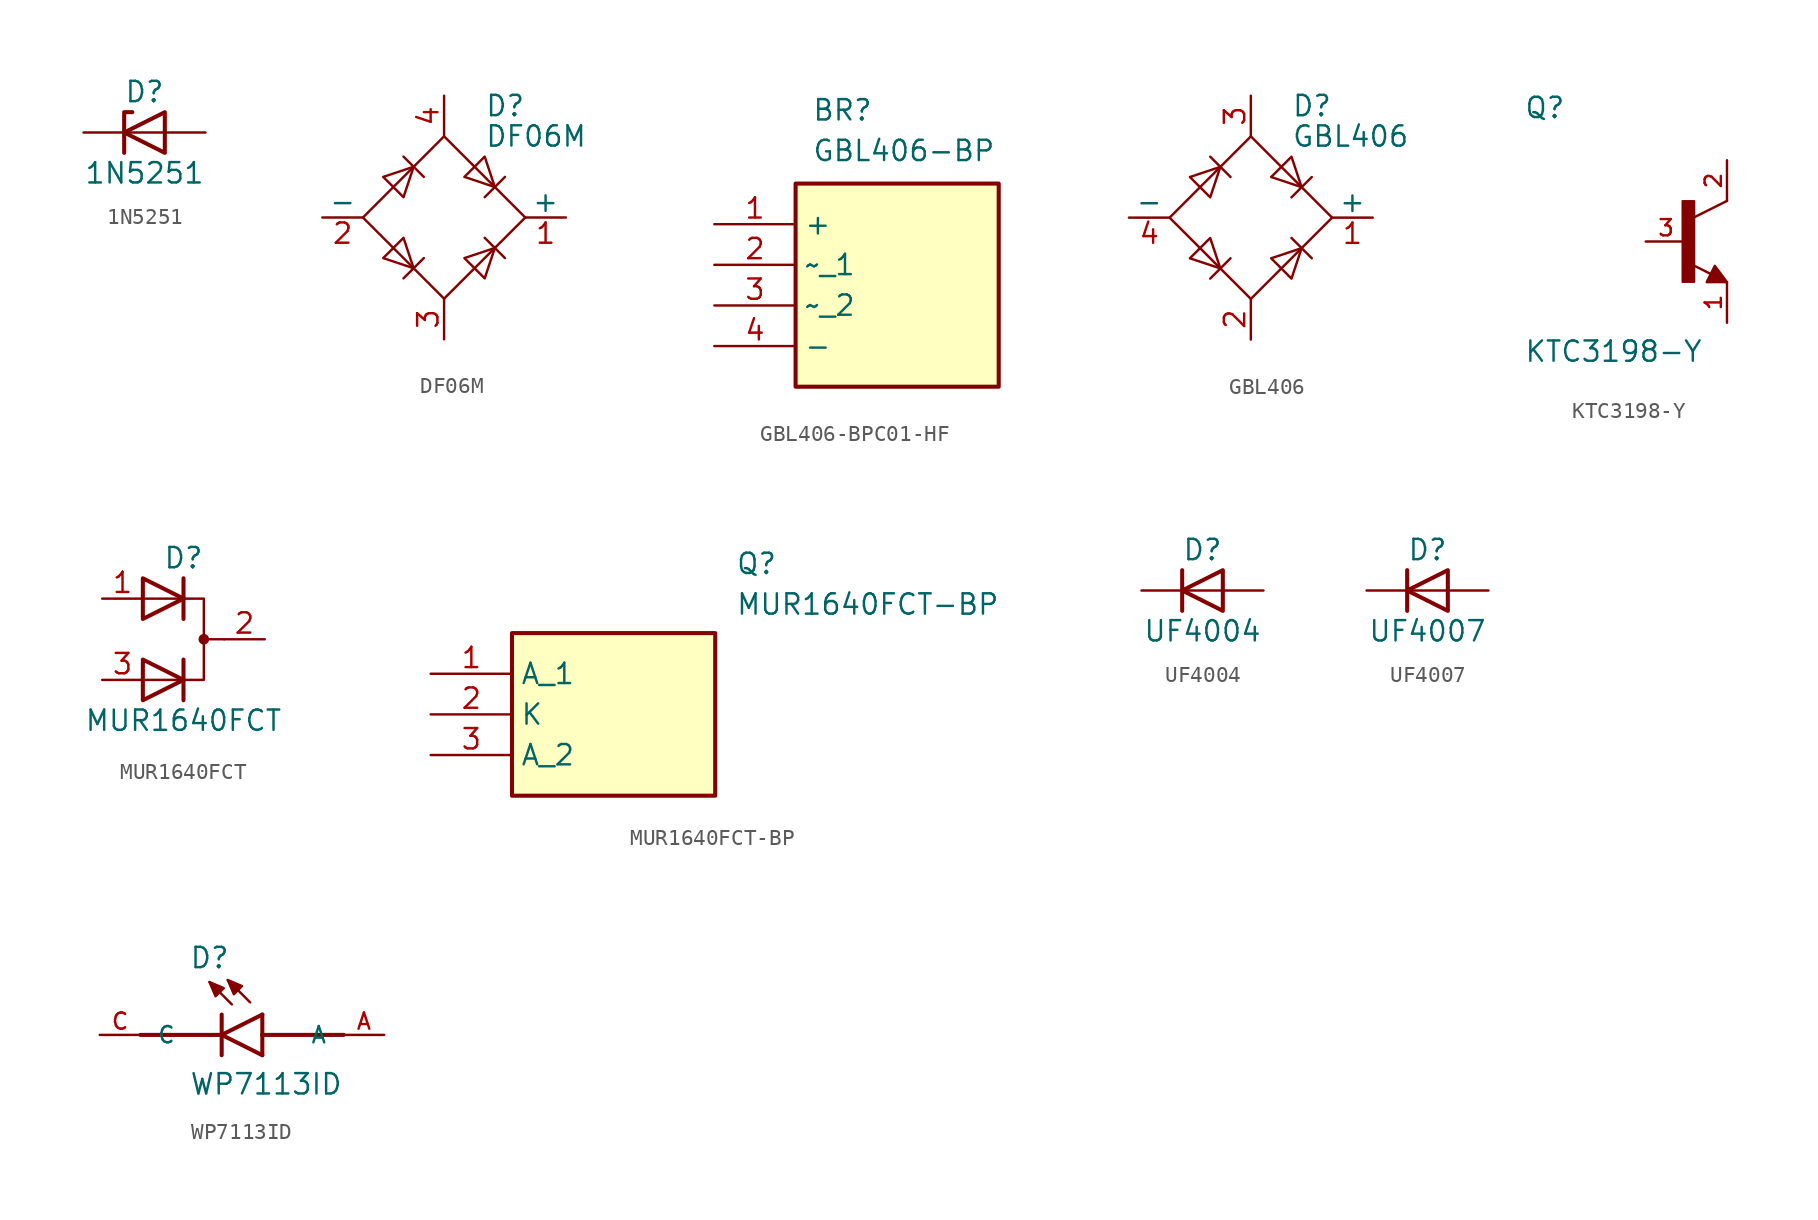
<source format=kicad_sym>
(kicad_symbol_lib
  (version 20241209)
  (generator "kicad_symbol_editor")
  (generator_version "9.0")
  (symbol "1N5251"
    (pin_numbers
      (hide yes))
    (pin_names
      (hide yes))
    (property "Reference" "D"
      (at 0 2.54 0)
      (effects (font (size 1.27 1.27))))
    (property "Value" "1N5251"
      (at 0 -2.54 0)
      (effects (font (size 1.27 1.27))))
    (symbol "1N5251_0_1"
      (polyline (pts (xy -1.27 -1.27) (xy -1.27 1.27) (xy -0.762 1.27)) (stroke (width 0.254) (type default)) (fill (type none)))
      (polyline (pts (xy 1.27 0) (xy -1.27 0)) (stroke (width 0) (type default)) (fill (type none)))
      (polyline (pts (xy 1.27 -1.27) (xy 1.27 1.27) (xy -1.27 0) (xy 1.27 -1.27)) (stroke (width 0.254) (type default)) (fill (type none))))
    (symbol "1N5251_1_1"
      (pin passive line (at -3.81 0 0) (length 2.54) (name "K" (effects (font (size 1.27 1.27)))) (number "1" (effects (font (size 1.27 1.27)))))
      (pin passive line (at 3.81 0 180) (length 2.54) (name "A" (effects (font (size 1.27 1.27)))) (number "2" (effects (font (size 1.27 1.27)))))))
  (symbol "DF06M"
    (pin_names
      (offset 0))
    (property "Reference" "D"
      (at 2.54 6.985 0)
      (effects (font (size 1.27 1.27)) (justify left)))
    (property "Value" "DF06M"
      (at 2.54 5.08 0)
      (effects (font (size 1.27 1.27)) (justify left)))
    (symbol "DF06M_0_1"
      (polyline (pts (xy -5.08 0) (xy 0 -5.08) (xy 5.08 0) (xy 0 5.08) (xy -5.08 0)) (stroke (width 0) (type default)) (fill (type none)))
      (polyline (pts (xy -3.81 2.54) (xy -2.54 1.27) (xy -1.905 3.175) (xy -3.81 2.54)) (stroke (width 0) (type default)) (fill (type none)))
      (polyline (pts (xy -2.54 3.81) (xy -1.27 2.54)) (stroke (width 0) (type default)) (fill (type none)))
      (polyline (pts (xy -2.54 -1.27) (xy -3.81 -2.54) (xy -1.905 -3.175) (xy -2.54 -1.27)) (stroke (width 0) (type default)) (fill (type none)))
      (polyline (pts (xy -1.27 -2.54) (xy -2.54 -3.81)) (stroke (width 0) (type default)) (fill (type none)))
      (polyline (pts (xy 1.27 2.54) (xy 2.54 3.81) (xy 3.175 1.905) (xy 1.27 2.54)) (stroke (width 0) (type default)) (fill (type none)))
      (polyline (pts (xy 2.54 1.27) (xy 3.81 2.54)) (stroke (width 0) (type default)) (fill (type none)))
      (polyline (pts (xy 2.54 -1.27) (xy 3.81 -2.54)) (stroke (width 0) (type default)) (fill (type none)))
      (polyline (pts (xy 3.175 -1.905) (xy 1.27 -2.54) (xy 2.54 -3.81) (xy 3.175 -1.905)) (stroke (width 0) (type default)) (fill (type none))))
    (symbol "DF06M_1_1"
      (pin passive line (at -7.62 0 0) (length 2.54) (name "-" (effects (font (size 1.27 1.27)))) (number "2" (effects (font (size 1.27 1.27)))))
      (pin passive line (at 0 7.62 270) (length 2.54) (name "~" (effects (font (size 1.27 1.27)))) (number "4" (effects (font (size 1.27 1.27)))))
      (pin passive line (at 0 -7.62 90) (length 2.54) (name "~" (effects (font (size 1.27 1.27)))) (number "3" (effects (font (size 1.27 1.27)))))
      (pin passive line (at 7.62 0 180) (length 2.54) (name "+" (effects (font (size 1.27 1.27)))) (number "1" (effects (font (size 1.27 1.27)))))))
  (symbol "GBL406-BPC01-HF"
    (property "Reference" "BR"
      (at 6.096 7.874 0)
      (effects (font (size 1.27 1.27)) (justify left top)))
    (property "Value" "GBL406-BP"
      (at 6.096 5.334 0)
      (effects (font (size 1.27 1.27)) (justify left top)))
    (symbol "GBL406-BPC01-HF_1_1"
      (rectangle (start 5.08 2.54) (end 17.78 -10.16) (stroke (width 0.254) (type default)) (fill (type background)))
      (pin passive line (at 0 0 0) (length 5.08) (name "+" (effects (font (size 1.27 1.27)))) (number "1" (effects (font (size 1.27 1.27)))))
      (pin passive line (at 0 -2.54 0) (length 5.08) (name "~_1" (effects (font (size 1.27 1.27)))) (number "2" (effects (font (size 1.27 1.27)))))
      (pin passive line (at 0 -5.08 0) (length 5.08) (name "~_2" (effects (font (size 1.27 1.27)))) (number "3" (effects (font (size 1.27 1.27)))))
      (pin passive line (at 0 -7.62 0) (length 5.08) (name "-" (effects (font (size 1.27 1.27)))) (number "4" (effects (font (size 1.27 1.27)))))))
  (symbol "GBL406"
    (pin_names
      (offset 0))
    (property "Reference" "D"
      (at 2.54 6.985 0)
      (effects (font (size 1.27 1.27)) (justify left)))
    (property "Value" "GBL406"
      (at 2.54 5.08 0)
      (effects (font (size 1.27 1.27)) (justify left)))
    (symbol "GBL406_0_1"
      (polyline (pts (xy -5.08 0) (xy 0 -5.08) (xy 5.08 0) (xy 0 5.08) (xy -5.08 0)) (stroke (width 0) (type default)) (fill (type none)))
      (polyline (pts (xy -3.81 2.54) (xy -2.54 1.27) (xy -1.905 3.175) (xy -3.81 2.54)) (stroke (width 0) (type default)) (fill (type none)))
      (polyline (pts (xy -2.54 3.81) (xy -1.27 2.54)) (stroke (width 0) (type default)) (fill (type none)))
      (polyline (pts (xy -2.54 -1.27) (xy -3.81 -2.54) (xy -1.905 -3.175) (xy -2.54 -1.27)) (stroke (width 0) (type default)) (fill (type none)))
      (polyline (pts (xy -1.27 -2.54) (xy -2.54 -3.81)) (stroke (width 0) (type default)) (fill (type none)))
      (polyline (pts (xy 1.27 2.54) (xy 2.54 3.81) (xy 3.175 1.905) (xy 1.27 2.54)) (stroke (width 0) (type default)) (fill (type none)))
      (polyline (pts (xy 2.54 1.27) (xy 3.81 2.54)) (stroke (width 0) (type default)) (fill (type none)))
      (polyline (pts (xy 2.54 -1.27) (xy 3.81 -2.54)) (stroke (width 0) (type default)) (fill (type none)))
      (polyline (pts (xy 3.175 -1.905) (xy 1.27 -2.54) (xy 2.54 -3.81) (xy 3.175 -1.905)) (stroke (width 0) (type default)) (fill (type none))))
    (symbol "GBL406_1_1"
      (pin passive line (at -7.62 0 0) (length 2.54) (name "-" (effects (font (size 1.27 1.27)))) (number "4" (effects (font (size 1.27 1.27)))))
      (pin passive line (at 0 7.62 270) (length 2.54) (name "~" (effects (font (size 1.27 1.27)))) (number "3" (effects (font (size 1.27 1.27)))))
      (pin passive line (at 0 -7.62 90) (length 2.54) (name "~" (effects (font (size 1.27 1.27)))) (number "2" (effects (font (size 1.27 1.27)))))
      (pin passive line (at 7.62 0 180) (length 2.54) (name "+" (effects (font (size 1.27 1.27)))) (number "1" (effects (font (size 1.27 1.27)))))))
  (symbol "KTC3198-Y"
    (pin_names
      (offset 1.016))
    (property "Reference" "Q"
      (at -10.16 7.62 0)
      (effects (font (size 1.27 1.27)) (justify left bottom)))
    (property "Value" "KTC3198-Y"
      (at -10.16 -7.62 0)
      (effects (font (size 1.27 1.27)) (justify left bottom)))
    (symbol "KTC3198-Y_0_0"
      (rectangle (start -0.254 -2.54) (end 0.508 2.54) (stroke (width 0.1) (type default)) (fill (type outline)))
      (polyline (pts (xy 1.27 -2.54) (xy 1.778 -1.524) (xy 2.54 -2.54) (xy 1.27 -2.54)) (stroke (width 0.152) (type default)) (fill (type outline)))
      (polyline (pts (xy 1.54 -2.04) (xy 0.308 -1.424)) (stroke (width 0.152) (type default)) (fill (type none)))
      (polyline (pts (xy 2.54 2.54) (xy 0.508 1.524)) (stroke (width 0.152) (type default)) (fill (type none)))
      (pin passive line (at -2.54 0 0) (length 2.54) (name "~" (effects (font (size 1.016 1.016)))) (number "3" (effects (font (size 1.016 1.016)))))
      (pin passive line (at 2.54 5.08 270) (length 2.54) (name "~" (effects (font (size 1.016 1.016)))) (number "2" (effects (font (size 1.016 1.016)))))
      (pin passive line (at 2.54 -5.08 90) (length 2.54) (name "~" (effects (font (size 1.016 1.016)))) (number "1" (effects (font (size 1.016 1.016)))))))
  (symbol "MUR1640FCT"
    (pin_names
      (offset 0.762)
      (hide yes))
    (property "Reference" "D"
      (at 0 5.08 0)
      (effects (font (size 1.27 1.27))))
    (property "Value" "MUR1640FCT"
      (at 0 -5.08 0)
      (effects (font (size 1.27 1.27))))
    (symbol "MUR1640FCT_0_0"
      (polyline (pts (xy 0 3.81) (xy 0 1.27)) (stroke (width 0.254) (type default)) (fill (type none)))
      (polyline (pts (xy 0 -1.27) (xy 0 -3.81)) (stroke (width 0.254) (type default)) (fill (type none))))
    (symbol "MUR1640FCT_0_1"
      (polyline (pts (xy -2.54 3.81) (xy 0 2.54) (xy -2.54 1.27) (xy -2.54 3.81) (xy -2.54 3.81) (xy -2.54 3.81)) (stroke (width 0.254) (type default)) (fill (type none)))
      (polyline (pts (xy -2.54 -1.27) (xy 0 -2.54) (xy -2.54 -3.81) (xy -2.54 -1.27) (xy -2.54 -1.27) (xy -2.54 -1.27)) (stroke (width 0.254) (type default)) (fill (type none)))
      (polyline (pts (xy -2.54 -2.54) (xy 1.27 -2.54) (xy 1.27 2.54) (xy -2.54 2.54)) (stroke (width 0) (type default)) (fill (type none)))
      (polyline (pts (xy 1.27 0) (xy 2.54 0)) (stroke (width 0) (type default)) (fill (type none)))
      (circle (center 1.27 0) (radius 0.254) (stroke (width 0) (type default)) (fill (type outline)))
      (pin passive line (at -5.08 2.54 0) (length 2.54) (name "A" (effects (font (size 1.27 1.27)))) (number "1" (effects (font (size 1.27 1.27)))))
      (pin passive line (at -5.08 -2.54 0) (length 2.54) (name "A" (effects (font (size 1.27 1.27)))) (number "3" (effects (font (size 1.27 1.27)))))
      (pin passive line (at 5.08 0 180) (length 2.54) (name "K" (effects (font (size 1.27 1.27)))) (number "2" (effects (font (size 1.27 1.27)))))))
  (symbol "MUR1640FCT-BP"
    (property "Reference" "Q"
      (at 19.05 7.62 0)
      (effects (font (size 1.27 1.27)) (justify left top)))
    (property "Value" "MUR1640FCT-BP"
      (at 19.05 5.08 0)
      (effects (font (size 1.27 1.27)) (justify left top)))
    (symbol "MUR1640FCT-BP_1_1"
      (rectangle (start 5.08 2.54) (end 17.78 -7.62) (stroke (width 0.254) (type default)) (fill (type background)))
      (pin passive line (at 0 0 0) (length 5.08) (name "A_1" (effects (font (size 1.27 1.27)))) (number "1" (effects (font (size 1.27 1.27)))))
      (pin passive line (at 0 -2.54 0) (length 5.08) (name "K" (effects (font (size 1.27 1.27)))) (number "2" (effects (font (size 1.27 1.27)))))
      (pin passive line (at 0 -5.08 0) (length 5.08) (name "A_2" (effects (font (size 1.27 1.27)))) (number "3" (effects (font (size 1.27 1.27)))))))
  (symbol "UF4004"
    (pin_numbers
      (hide yes))
    (pin_names
      (hide yes))
    (property "Reference" "D"
      (at 0 2.54 0)
      (effects (font (size 1.27 1.27))))
    (property "Value" "UF4004"
      (at 0 -2.54 0)
      (effects (font (size 1.27 1.27))))
    (symbol "UF4004_0_1"
      (polyline (pts (xy -1.27 1.27) (xy -1.27 -1.27)) (stroke (width 0.254) (type default)) (fill (type none)))
      (polyline (pts (xy 1.27 1.27) (xy 1.27 -1.27) (xy -1.27 0) (xy 1.27 1.27)) (stroke (width 0.254) (type default)) (fill (type none)))
      (polyline (pts (xy 1.27 0) (xy -1.27 0)) (stroke (width 0) (type default)) (fill (type none))))
    (symbol "UF4004_1_1"
      (pin passive line (at -3.81 0 0) (length 2.54) (name "K" (effects (font (size 1.27 1.27)))) (number "1" (effects (font (size 1.27 1.27)))))
      (pin passive line (at 3.81 0 180) (length 2.54) (name "A" (effects (font (size 1.27 1.27)))) (number "2" (effects (font (size 1.27 1.27)))))))
  (symbol "UF4007"
    (pin_numbers
      (hide yes))
    (pin_names
      (hide yes))
    (property "Reference" "D"
      (at 0 2.54 0)
      (effects (font (size 1.27 1.27))))
    (property "Value" "UF4007"
      (at 0 -2.54 0)
      (effects (font (size 1.27 1.27))))
    (symbol "UF4007_0_1"
      (polyline (pts (xy -1.27 1.27) (xy -1.27 -1.27)) (stroke (width 0.254) (type default)) (fill (type none)))
      (polyline (pts (xy 1.27 1.27) (xy 1.27 -1.27) (xy -1.27 0) (xy 1.27 1.27)) (stroke (width 0.254) (type default)) (fill (type none)))
      (polyline (pts (xy 1.27 0) (xy -1.27 0)) (stroke (width 0) (type default)) (fill (type none))))
    (symbol "UF4007_1_1"
      (pin passive line (at -3.81 0 0) (length 2.54) (name "K" (effects (font (size 1.27 1.27)))) (number "1" (effects (font (size 1.27 1.27)))))
      (pin passive line (at 3.81 0 180) (length 2.54) (name "A" (effects (font (size 1.27 1.27)))) (number "2" (effects (font (size 1.27 1.27)))))))
  (symbol "WP7113ID"
    (pin_names
      (offset 1.016))
    (property "Reference" "D"
      (at -2.035 4.071 0)
      (effects (font (size 1.27 1.27)) (justify left bottom)))
    (property "Value" "WP7113ID"
      (at -2.039 -3.822 0)
      (effects (font (size 1.27 1.27)) (justify left bottom)))
    (symbol "WP7113ID_0_0"
      (polyline (pts (xy -5.08 0) (xy 0 0)) (stroke (width 0.254) (type default)) (fill (type none)))
      (polyline (pts (xy -0.762 3.302) (xy 0.127 2.921) (xy -0.381 2.413) (xy -0.762 3.302)) (stroke (width 0.152) (type default)) (fill (type outline)))
      (polyline (pts (xy 0 0) (xy 0 1.27)) (stroke (width 0.254) (type default)) (fill (type none)))
      (polyline (pts (xy 0 0) (xy 2.54 1.27)) (stroke (width 0.254) (type default)) (fill (type none)))
      (polyline (pts (xy 0 -1.27) (xy 0 0)) (stroke (width 0.254) (type default)) (fill (type none)))
      (polyline (pts (xy 0.381 3.429) (xy 1.27 3.048) (xy 0.762 2.54) (xy 0.381 3.429)) (stroke (width 0.152) (type default)) (fill (type outline)))
      (polyline (pts (xy 0.635 1.905) (xy -0.762 3.302)) (stroke (width 0.152) (type default)) (fill (type none)))
      (polyline (pts (xy 1.778 2.032) (xy 0.381 3.429)) (stroke (width 0.152) (type default)) (fill (type none)))
      (polyline (pts (xy 2.54 0) (xy 2.54 1.27)) (stroke (width 0.254) (type default)) (fill (type none)))
      (polyline (pts (xy 2.54 0) (xy 7.62 0)) (stroke (width 0.254) (type default)) (fill (type none)))
      (polyline (pts (xy 2.54 -1.27) (xy 0 0)) (stroke (width 0.254) (type default)) (fill (type none)))
      (polyline (pts (xy 2.54 -1.27) (xy 2.54 0)) (stroke (width 0.254) (type default)) (fill (type none)))
      (pin passive line (at -7.62 0 0) (length 2.54) (name "C" (effects (font (size 1.016 1.016)))) (number "C" (effects (font (size 1.016 1.016)))))
      (pin passive line (at 10.16 0 180) (length 2.54) (name "A" (effects (font (size 1.016 1.016)))) (number "A" (effects (font (size 1.016 1.016))))))))
</source>
